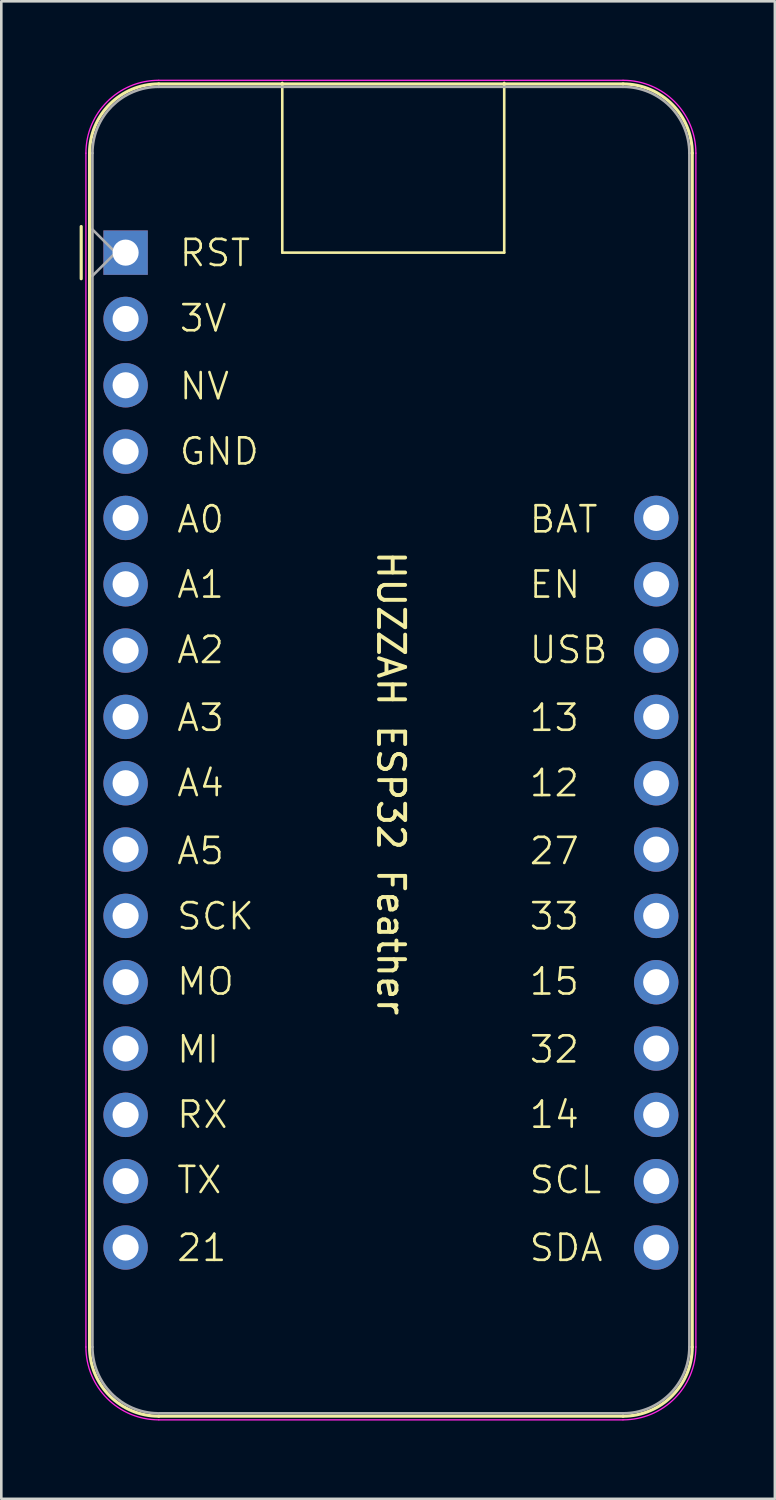
<source format=kicad_pcb>
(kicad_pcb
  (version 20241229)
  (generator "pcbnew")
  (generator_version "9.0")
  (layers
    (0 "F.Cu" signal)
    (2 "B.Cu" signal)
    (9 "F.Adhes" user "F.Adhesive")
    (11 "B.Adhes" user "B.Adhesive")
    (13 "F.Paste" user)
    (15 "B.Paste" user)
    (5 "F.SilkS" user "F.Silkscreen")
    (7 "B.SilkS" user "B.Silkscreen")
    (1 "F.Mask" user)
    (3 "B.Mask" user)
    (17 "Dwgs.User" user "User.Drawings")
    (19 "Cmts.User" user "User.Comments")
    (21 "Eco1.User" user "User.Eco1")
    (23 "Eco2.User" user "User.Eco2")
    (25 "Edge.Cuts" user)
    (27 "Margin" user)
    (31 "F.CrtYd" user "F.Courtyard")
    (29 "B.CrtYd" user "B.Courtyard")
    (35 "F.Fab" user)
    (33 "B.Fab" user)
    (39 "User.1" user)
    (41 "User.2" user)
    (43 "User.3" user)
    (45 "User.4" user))
  (footprint "HUZZAH ESP32 Feather"
    (layer "F.Cu")
    (at 1.76 6.625)
    (property "Reference" "HUZZAH ESP32 Feather" (at 10.16 20.32 270) (unlocked yes) (layer "F.SilkS") (effects (font (size 1 1) (thickness 0.15))))
    (attr through_hole)
    (fp_line (start -1.7 1) (end -1.7 -1) (stroke (width 0.12) (type solid)) (layer "F.SilkS"))
    (fp_line (start -1.38 -3.81) (end -1.38 41.91) (stroke (width 0.12) (type solid)) (layer "F.SilkS"))
    (fp_line (start 6 -6.5) (end 6 0) (stroke (width 0.1) (type default)) (layer "F.SilkS"))
    (fp_line (start 6 0) (end 14.5 0) (stroke (width 0.1) (type default)) (layer "F.SilkS"))
    (fp_line (start 14.5 0) (end 14.5 -6.5) (stroke (width 0.1) (type default)) (layer "F.SilkS"))
    (fp_line (start 19.05 -6.46) (end 1.27 -6.46) (stroke (width 0.12) (type solid)) (layer "F.SilkS"))
    (fp_line (start 19.05 44.56) (end 1.27 44.56) (stroke (width 0.12) (type solid)) (layer "F.SilkS"))
    (fp_line (start 21.7 -3.81) (end 21.7 41.91) (stroke (width 0.12) (type solid)) (layer "F.SilkS"))
    (fp_arc (start -1.38 -3.81) (mid -0.603833 -5.683833) (end 1.27 -6.46) (stroke (width 0.12) (type solid)) (layer "F.SilkS"))
    (fp_arc (start 1.27 44.56) (mid -0.603833 43.783833) (end -1.38 41.91) (stroke (width 0.12) (type solid)) (layer "F.SilkS"))
    (fp_arc (start 19.05 -6.46) (mid 20.923833 -5.683833) (end 21.7 -3.81) (stroke (width 0.12) (type solid)) (layer "F.SilkS"))
    (fp_arc (start 21.7 41.91) (mid 20.923833 43.783833) (end 19.05 44.56) (stroke (width 0.12) (type solid)) (layer "F.SilkS"))
    (fp_line (start -1.52 41.91) (end -1.52 -3.81) (stroke (width 0.05) (type solid)) (layer "F.CrtYd"))
    (fp_line (start 19.05 -6.6) (end 1.27 -6.6) (stroke (width 0.05) (type solid)) (layer "F.CrtYd"))
    (fp_line (start 19.05 44.7) (end 1.27 44.7) (stroke (width 0.05) (type solid)) (layer "F.CrtYd"))
    (fp_line (start 21.84 41.91) (end 21.84 -3.81) (stroke (width 0.05) (type solid)) (layer "F.CrtYd"))
    (fp_arc (start -1.52 -3.81) (mid -0.702828 -5.782828) (end 1.27 -6.6) (stroke (width 0.05) (type solid)) (layer "F.CrtYd"))
    (fp_arc (start 1.27 44.7) (mid -0.702828 43.882828) (end -1.52 41.91) (stroke (width 0.05) (type solid)) (layer "F.CrtYd"))
    (fp_arc (start 19.05 -6.6) (mid 21.022828 -5.782828) (end 21.84 -3.81) (stroke (width 0.05) (type solid)) (layer "F.CrtYd"))
    (fp_arc (start 21.84 41.91) (mid 21.022828 43.882828) (end 19.05 44.7) (stroke (width 0.05) (type solid)) (layer "F.CrtYd"))
    (fp_line (start -1.27 -3.81) (end -1.27 41.91) (stroke (width 0.1) (type solid)) (layer "F.Fab"))
    (fp_line (start -1.27 -0.889) (end -0.381 0) (stroke (width 0.1) (type solid)) (layer "F.Fab"))
    (fp_line (start -0.381 0) (end -1.27 0.889) (stroke (width 0.1) (type solid)) (layer "F.Fab"))
    (fp_line (start 1.27 44.45) (end 19.05 44.45) (stroke (width 0.1) (type solid)) (layer "F.Fab"))
    (fp_line (start 19.05 -6.35) (end 1.27 -6.35) (stroke (width 0.1) (type solid)) (layer "F.Fab"))
    (fp_line (start 21.59 41.91) (end 21.59 -3.81) (stroke (width 0.1) (type solid)) (layer "F.Fab"))
    (fp_arc (start -1.27 -3.81) (mid -0.526051 -5.606051) (end 1.27 -6.35) (stroke (width 0.1) (type solid)) (layer "F.Fab"))
    (fp_arc (start 1.221238 44.449532) (mid -0.543209 43.688728) (end -1.27 41.91) (stroke (width 0.1) (type solid)) (layer "F.Fab"))
    (fp_arc (start 19.05 -6.35) (mid 20.846051 -5.606051) (end 21.59 -3.81) (stroke (width 0.1) (type solid)) (layer "F.Fab"))
    (fp_arc (start 21.59 41.91) (mid 20.846051 43.706051) (end 19.05 44.45) (stroke (width 0.1) (type solid)) (layer "F.Fab"))
    (fp_text user "A0" (at 1.9 10.8 0) (unlocked yes) (layer "F.SilkS") (effects (font (size 1 1) (thickness 0.1)) (justify left bottom)))
    (fp_text user "EN" (at 15.4 13.3 0) (unlocked yes) (layer "F.SilkS") (effects (font (size 1 1) (thickness 0.1)) (justify left bottom)))
    (fp_text user "3V" (at 2 3.1 0) (unlocked yes) (layer "F.SilkS") (effects (font (size 1 1) (thickness 0.1)) (justify left bottom)))
    (fp_text user "33" (at 15.4 26 0) (unlocked yes) (layer "F.SilkS") (effects (font (size 1 1) (thickness 0.1)) (justify left bottom)))
    (fp_text user "MO" (at 1.9 28.5 0) (unlocked yes) (layer "F.SilkS") (effects (font (size 1 1) (thickness 0.1)) (justify left bottom)))
    (fp_text user "USB" (at 15.4 15.8 0) (unlocked yes) (layer "F.SilkS") (effects (font (size 1 1) (thickness 0.1)) (justify left bottom)))
    (fp_text user "15" (at 15.4 28.5 0) (unlocked yes) (layer "F.SilkS") (effects (font (size 1 1) (thickness 0.1)) (justify left bottom)))
    (fp_text user "SCK" (at 1.9 26 0) (unlocked yes) (layer "F.SilkS") (effects (font (size 1 1) (thickness 0.1)) (justify left bottom)))
    (fp_text user "MI" (at 1.9 31.1 0) (unlocked yes) (layer "F.SilkS") (effects (font (size 1 1) (thickness 0.1)) (justify left bottom)))
    (fp_text user "RST" (at 2 0.6 0) (unlocked yes) (layer "F.SilkS") (effects (font (size 1 1) (thickness 0.1)) (justify left bottom)))
    (fp_text user "TX" (at 1.9 36.1 0) (unlocked yes) (layer "F.SilkS") (effects (font (size 1 1) (thickness 0.1)) (justify left bottom)))
    (fp_text user "13" (at 15.4 18.4 0) (unlocked yes) (layer "F.SilkS") (effects (font (size 1 1) (thickness 0.1)) (justify left bottom)))
    (fp_text user "12" (at 15.4 20.9 0) (unlocked yes) (layer "F.SilkS") (effects (font (size 1 1) (thickness 0.1)) (justify left bottom)))
    (fp_text user "GND" (at 2 8.2 0) (unlocked yes) (layer "F.SilkS") (effects (font (size 1 1) (thickness 0.1)) (justify left bottom)))
    (fp_text user "27" (at 15.4 23.5 0) (unlocked yes) (layer "F.SilkS") (effects (font (size 1 1) (thickness 0.1)) (justify left bottom)))
    (fp_text user "A3" (at 1.9 18.4 0) (unlocked yes) (layer "F.SilkS") (effects (font (size 1 1) (thickness 0.1)) (justify left bottom)))
    (fp_text user "SCL" (at 15.4 36.1 0) (unlocked yes) (layer "F.SilkS") (effects (font (size 1 1) (thickness 0.1)) (justify left bottom)))
    (fp_text user "A2" (at 1.9 15.8 0) (unlocked yes) (layer "F.SilkS") (effects (font (size 1 1) (thickness 0.1)) (justify left bottom)))
    (fp_text user "NV" (at 2 5.7 0) (unlocked yes) (layer "F.SilkS") (effects (font (size 1 1) (thickness 0.1)) (justify left bottom)))
    (fp_text user "A4" (at 1.9 20.9 0) (unlocked yes) (layer "F.SilkS") (effects (font (size 1 1) (thickness 0.1)) (justify left bottom)))
    (fp_text user "14" (at 15.4 33.6 0) (unlocked yes) (layer "F.SilkS") (effects (font (size 1 1) (thickness 0.1)) (justify left bottom)))
    (fp_text user "A1" (at 1.9 13.3 0) (unlocked yes) (layer "F.SilkS") (effects (font (size 1 1) (thickness 0.1)) (justify left bottom)))
    (fp_text user "BAT" (at 15.4 10.8 0) (unlocked yes) (layer "F.SilkS") (effects (font (size 1 1) (thickness 0.1)) (justify left bottom)))
    (fp_text user "32" (at 15.4 31.1 0) (unlocked yes) (layer "F.SilkS") (effects (font (size 1 1) (thickness 0.1)) (justify left bottom)))
    (fp_text user "RX" (at 1.9 33.6 0) (unlocked yes) (layer "F.SilkS") (effects (font (size 1 1) (thickness 0.1)) (justify left bottom)))
    (fp_text user "A5" (at 1.9 23.5 0) (unlocked yes) (layer "F.SilkS") (effects (font (size 1 1) (thickness 0.1)) (justify left bottom)))
    (fp_text user "SDA" (at 15.4 38.7 0) (unlocked yes) (layer "F.SilkS") (effects (font (size 1 1) (thickness 0.1)) (justify left bottom)))
    (fp_text user "21" (at 1.9 38.7 0) (unlocked yes) (layer "F.SilkS") (effects (font (size 1 1) (thickness 0.1)) (justify left bottom)))
    (pad "1" thru_hole rect (at 0 0) (size 1.7 1.7) (drill 1) (layers "*.Cu" "*.Mask"))
    (pad "2" thru_hole oval (at 0 2.54) (size 1.7 1.7) (drill 1) (layers "*.Cu" "*.Mask"))
    (pad "3" thru_hole oval (at 0 5.08) (size 1.7 1.7) (drill 1) (layers "*.Cu" "*.Mask"))
    (pad "4" thru_hole oval (at 0 7.62) (size 1.7 1.7) (drill 1) (layers "*.Cu" "*.Mask"))
    (pad "5" thru_hole oval (at 0 10.16) (size 1.7 1.7) (drill 1) (layers "*.Cu" "*.Mask"))
    (pad "6" thru_hole oval (at 0 12.7) (size 1.7 1.7) (drill 1) (layers "*.Cu" "*.Mask"))
    (pad "7" thru_hole oval (at 0 15.24) (size 1.7 1.7) (drill 1) (layers "*.Cu" "*.Mask"))
    (pad "8" thru_hole oval (at 0 17.78) (size 1.7 1.7) (drill 1) (layers "*.Cu" "*.Mask"))
    (pad "9" thru_hole oval (at 0 20.32) (size 1.7 1.7) (drill 1) (layers "*.Cu" "*.Mask"))
    (pad "10" thru_hole oval (at 0 22.86) (size 1.7 1.7) (drill 1) (layers "*.Cu" "*.Mask"))
    (pad "11" thru_hole oval (at 0 25.4) (size 1.7 1.7) (drill 1) (layers "*.Cu" "*.Mask"))
    (pad "12" thru_hole oval (at 0 27.94) (size 1.7 1.7) (drill 1) (layers "*.Cu" "*.Mask"))
    (pad "13" thru_hole oval (at 0 30.48) (size 1.7 1.7) (drill 1) (layers "*.Cu" "*.Mask"))
    (pad "14" thru_hole oval (at 0 33.02) (size 1.7 1.7) (drill 1) (layers "*.Cu" "*.Mask"))
    (pad "15" thru_hole oval (at 0 35.56) (size 1.7 1.7) (drill 1) (layers "*.Cu" "*.Mask"))
    (pad "16" thru_hole oval (at 0 38.1) (size 1.7 1.7) (drill 1) (layers "*.Cu" "*.Mask"))
    (pad "17" thru_hole oval (at 20.32 38.1 180) (size 1.7 1.7) (drill 1) (layers "*.Cu" "*.Mask"))
    (pad "18" thru_hole oval (at 20.32 35.56 180) (size 1.7 1.7) (drill 1) (layers "*.Cu" "*.Mask"))
    (pad "19" thru_hole oval (at 20.32 33.02 180) (size 1.7 1.7) (drill 1) (layers "*.Cu" "*.Mask"))
    (pad "20" thru_hole oval (at 20.32 30.48 180) (size 1.7 1.7) (drill 1) (layers "*.Cu" "*.Mask"))
    (pad "21" thru_hole oval (at 20.32 27.94 180) (size 1.7 1.7) (drill 1) (layers "*.Cu" "*.Mask"))
    (pad "22" thru_hole oval (at 20.32 25.4 180) (size 1.7 1.7) (drill 1) (layers "*.Cu" "*.Mask"))
    (pad "23" thru_hole oval (at 20.32 22.86 180) (size 1.7 1.7) (drill 1) (layers "*.Cu" "*.Mask"))
    (pad "24" thru_hole oval (at 20.32 20.32 180) (size 1.7 1.7) (drill 1) (layers "*.Cu" "*.Mask"))
    (pad "25" thru_hole oval (at 20.32 17.78 180) (size 1.7 1.7) (drill 1) (layers "*.Cu" "*.Mask"))
    (pad "26" thru_hole oval (at 20.32 15.24 180) (size 1.7 1.7) (drill 1) (layers "*.Cu" "*.Mask"))
    (pad "27" thru_hole oval (at 20.32 12.7 180) (size 1.7 1.7) (drill 1) (layers "*.Cu" "*.Mask"))
    (pad "28" thru_hole oval (at 20.32 10.16 180) (size 1.7 1.7) (drill 1) (layers "*.Cu" "*.Mask")))
  (gr_rect
    (start -3 -3)
    (end 26.625 54.35)
    (stroke (width 0.1) (type default))
    (fill no)
    (layer "Edge.Cuts")))
</source>
